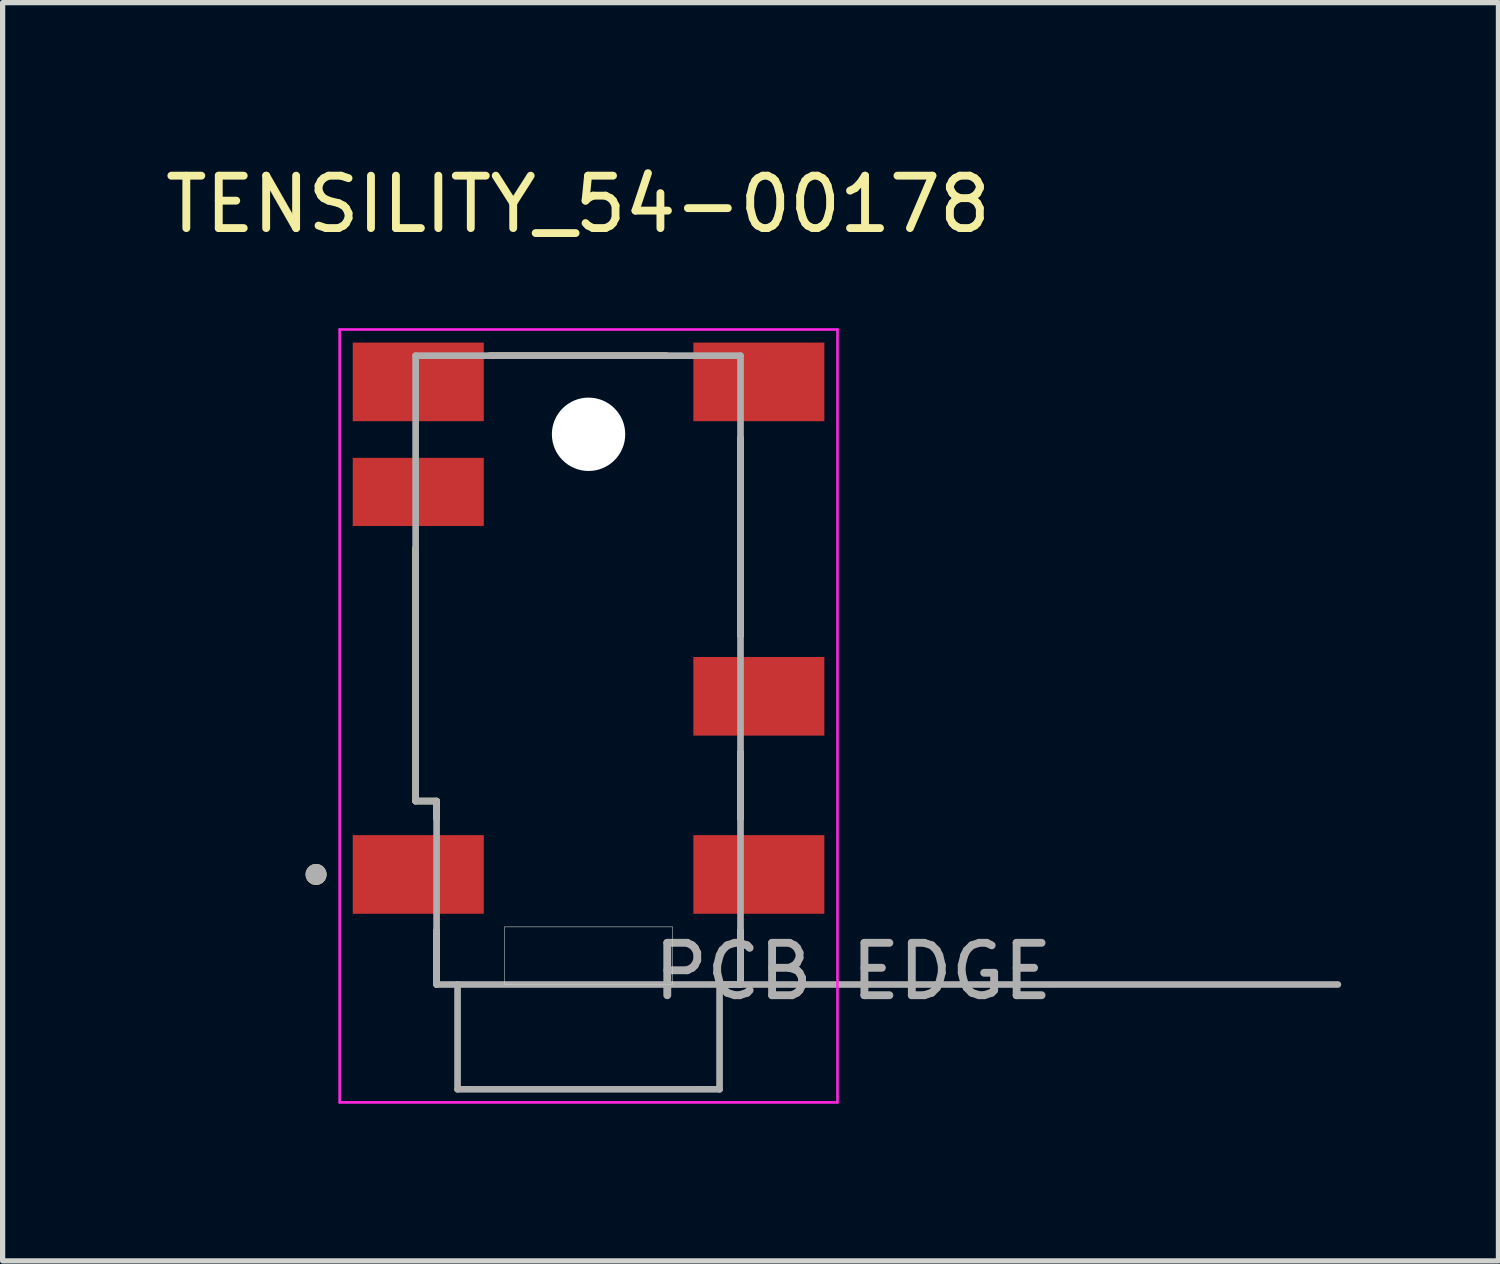
<source format=kicad_pcb>
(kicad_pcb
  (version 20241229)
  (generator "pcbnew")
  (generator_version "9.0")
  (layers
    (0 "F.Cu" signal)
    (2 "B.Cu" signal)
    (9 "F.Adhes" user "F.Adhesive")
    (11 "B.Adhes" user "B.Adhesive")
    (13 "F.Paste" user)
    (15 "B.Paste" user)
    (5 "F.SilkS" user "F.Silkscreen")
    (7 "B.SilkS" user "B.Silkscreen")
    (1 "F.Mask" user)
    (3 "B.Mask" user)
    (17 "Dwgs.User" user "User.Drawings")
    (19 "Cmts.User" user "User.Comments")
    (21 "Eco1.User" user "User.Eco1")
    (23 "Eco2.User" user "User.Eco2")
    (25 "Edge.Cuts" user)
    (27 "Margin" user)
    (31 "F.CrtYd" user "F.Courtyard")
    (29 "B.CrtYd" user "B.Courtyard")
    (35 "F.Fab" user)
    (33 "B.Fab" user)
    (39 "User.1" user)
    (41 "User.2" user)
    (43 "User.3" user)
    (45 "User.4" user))
  (footprint "TENSILITY_54-00178"
    (layer "F.Cu")
    (at 7.982 9.738)
    (property "Reference" "TENSILITY_54-00178" (at 0 -8.89 0) (layer "F.SilkS") (effects (font (size 1 1) (thickness 0.15))))
    (attr smd)
    (fp_line (start -3.1 -2.33) (end -3.1 2.5) (stroke (width 0.127) (type solid)) (layer "F.SilkS"))
    (fp_line (start -3.1 2.5) (end -2.7 2.5) (stroke (width 0.127) (type solid)) (layer "F.SilkS"))
    (fp_line (start -2.7 2.5) (end -2.7 2.83) (stroke (width 0.127) (type solid)) (layer "F.SilkS"))
    (fp_line (start -2.7 6) (end -2.7 4.97) (stroke (width 0.127) (type solid)) (layer "F.SilkS"))
    (fp_line (start -1.685 -6) (end 1.685 -6) (stroke (width 0.127) (type solid)) (layer "F.SilkS"))
    (fp_line (start 3.1 -0.656) (end 3.1 -4.43) (stroke (width 0.127) (type solid)) (layer "F.SilkS"))
    (fp_line (start 3.1 2.835) (end 3.1 1.57) (stroke (width 0.127) (type solid)) (layer "F.SilkS"))
    (fp_line (start 3.1 6) (end 3.1 4.97) (stroke (width 0.127) (type solid)) (layer "F.SilkS"))
    (fp_circle (center -5 3.9) (end -4.9 3.9) (stroke (width 0.2) (type solid)) (fill no) (layer "F.SilkS"))
    (fp_line (start -1.4 4.9) (end 1.8 4.9) (stroke (width 0.01) (type solid)) (layer "Edge.Cuts"))
    (fp_line (start -1.4 6) (end -1.4 4.9) (stroke (width 0.01) (type solid)) (layer "Edge.Cuts"))
    (fp_line (start 1.8 4.9) (end 1.8 6) (stroke (width 0.01) (type solid)) (layer "Edge.Cuts"))
    (fp_line (start 1.8 6) (end -1.4 6) (stroke (width 0.01) (type solid)) (layer "Edge.Cuts"))
    (fp_line (start -4.55 -6.5) (end -4.55 8.25) (stroke (width 0.05) (type solid)) (layer "F.CrtYd"))
    (fp_line (start -4.55 8.25) (end 4.95 8.25) (stroke (width 0.05) (type solid)) (layer "F.CrtYd"))
    (fp_line (start 4.95 -6.5) (end -4.55 -6.5) (stroke (width 0.05) (type solid)) (layer "F.CrtYd"))
    (fp_line (start 4.95 8.25) (end 4.95 -6.5) (stroke (width 0.05) (type solid)) (layer "F.CrtYd"))
    (fp_line (start -3.1 -6) (end 3.1 -6) (stroke (width 0.127) (type solid)) (layer "F.Fab"))
    (fp_line (start -3.1 2.5) (end -3.1 -6) (stroke (width 0.127) (type solid)) (layer "F.Fab"))
    (fp_line (start -2.7 2.5) (end -3.1 2.5) (stroke (width 0.127) (type solid)) (layer "F.Fab"))
    (fp_line (start -2.7 6) (end -2.7 2.5) (stroke (width 0.127) (type solid)) (layer "F.Fab"))
    (fp_line (start -2.3 6) (end -2.7 6) (stroke (width 0.127) (type solid)) (layer "F.Fab"))
    (fp_line (start -2.3 6) (end 14.5 6) (stroke (width 0.127) (type solid)) (layer "F.Fab"))
    (fp_line (start -2.3 8) (end -2.3 6) (stroke (width 0.127) (type solid)) (layer "F.Fab"))
    (fp_line (start 2.7 6) (end 2.7 8) (stroke (width 0.127) (type solid)) (layer "F.Fab"))
    (fp_line (start 2.7 8) (end -2.3 8) (stroke (width 0.127) (type solid)) (layer "F.Fab"))
    (fp_line (start 3.1 -6) (end 3.1 6) (stroke (width 0.127) (type solid)) (layer "F.Fab"))
    (fp_line (start 3.1 6) (end 2.7 6) (stroke (width 0.127) (type solid)) (layer "F.Fab"))
    (fp_circle (center -5 3.9) (end -4.9 3.9) (stroke (width 0.2) (type solid)) (fill no) (layer "F.Fab"))
    (fp_text user "PCB EDGE" (at 5.25 5.75 0) (layer "F.Fab") (effects (font (size 1 1) (thickness 0.15))))
    (pad "" np_thru_hole circle (at 0.2 -4.5) (size 1.4 1.4) (drill 1.4) (layers "*.Cu" "*.Mask"))
    (pad "1" smd rect (at -3.05 3.9) (size 2.5 1.5) (layers "F.Cu" "F.Mask" "F.Paste"))
    (pad "2" smd rect (at 3.45 3.9) (size 2.5 1.5) (layers "F.Cu" "F.Mask" "F.Paste"))
    (pad "3" smd rect (at 3.45 0.5) (size 2.5 1.5) (layers "F.Cu" "F.Mask" "F.Paste"))
    (pad "4" smd rect (at 3.45 -5.5) (size 2.5 1.5) (layers "F.Cu" "F.Mask" "F.Paste"))
    (pad "5" smd rect (at -3.05 -5.5) (size 2.5 1.5) (layers "F.Cu" "F.Mask" "F.Paste"))
    (pad "6" smd rect (at -3.05 -3.4) (size 2.5 1.3) (layers "F.Cu" "F.Mask" "F.Paste")))
  (gr_rect
    (start -3 -3)
    (end 25.546 21.013)
    (stroke (width 0.1) (type default))
    (fill no)
    (layer "Edge.Cuts")))
</source>
